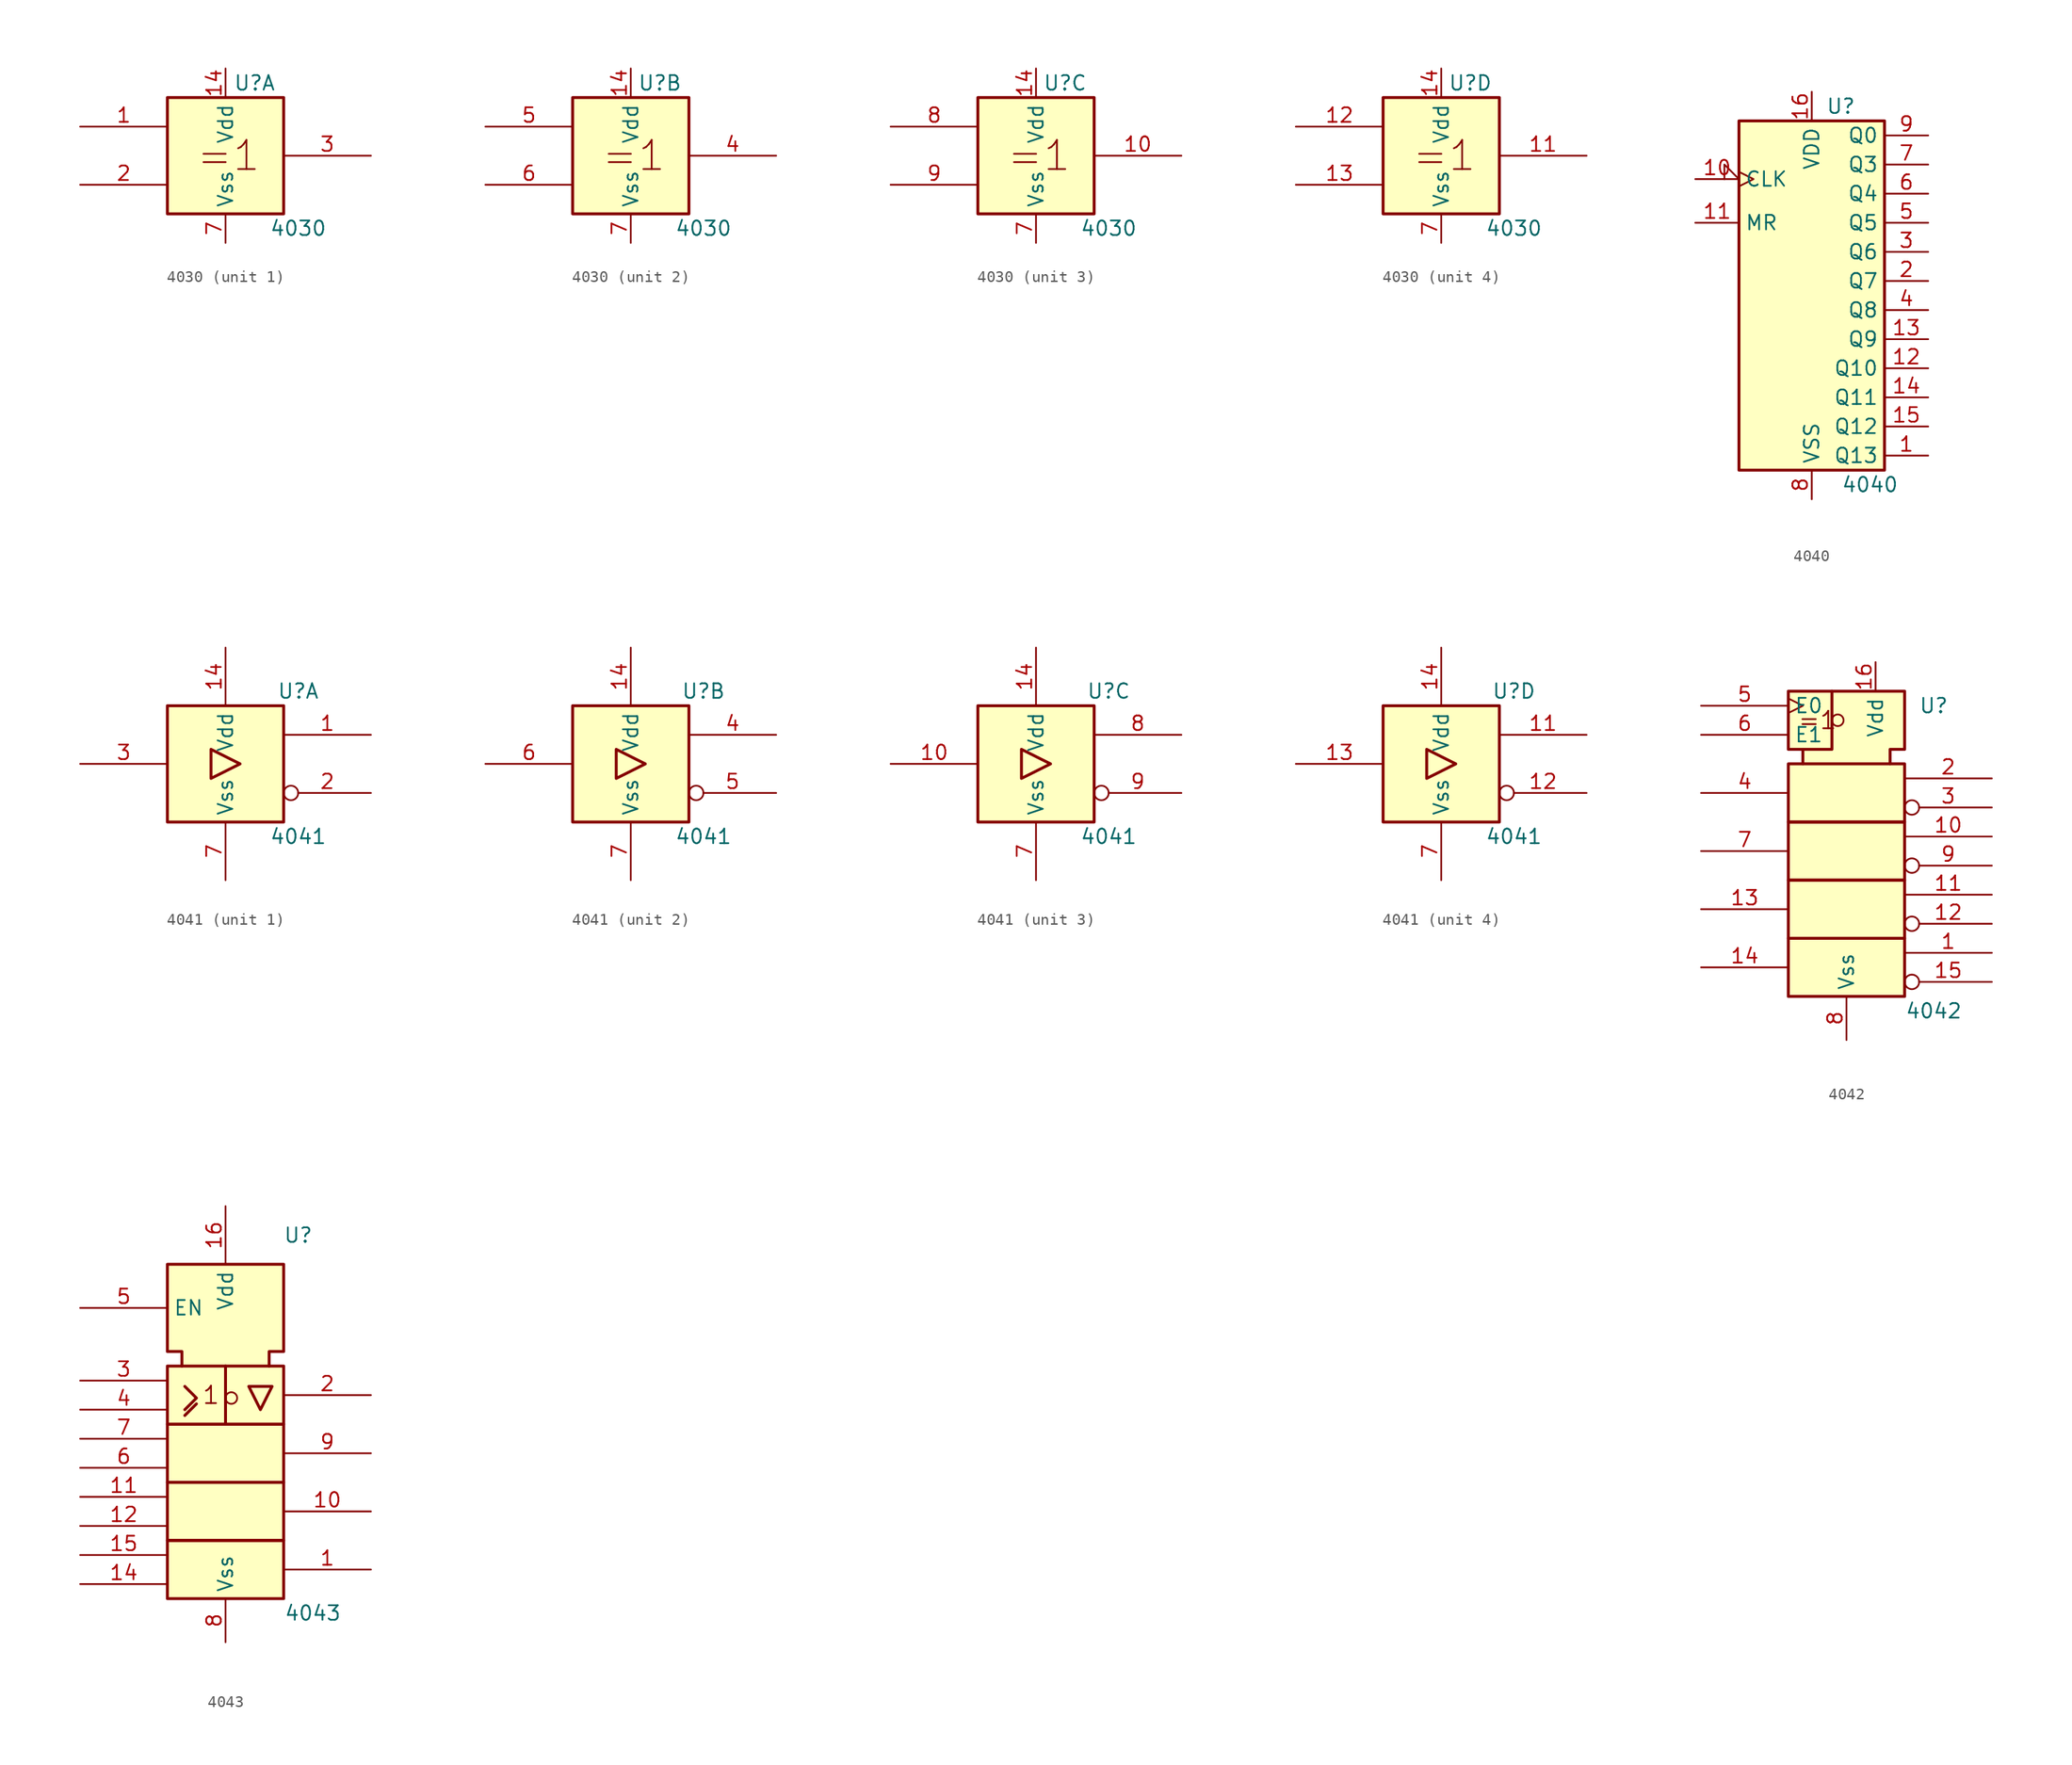
<source format=kicad_sym>
(kicad_symbol_lib
  (version 20241209)
  (generator "kicad_symbol_editor")
  (generator_version "9.0")
  (symbol "4030"
    (property "Reference" "U"
      (at 2.54 6.35 0)
      (effects (font (size 1.27 1.27))))
    (property "Value" "4030"
      (at 6.35 -6.35 0)
      (effects (font (size 1.27 1.27))))
    (symbol "4030_0_0"
      (rectangle (start -5.08 5.08) (end 5.08 -5.08) (stroke (width 0.254) (type default)) (fill (type background)))
      (text "=1" (at 0.254 0 0) (effects (font (size 2.54 2.54))))
      (pin power_in line (at 0 7.62 270) (length 2.54) (name "Vdd" (effects (font (size 1.27 1.27)))) (number "14" (effects (font (size 1.27 1.27)))))
      (pin power_in line (at 0 -7.62 90) (length 2.54) (name "Vss" (effects (font (size 1.27 1.27)))) (number "7" (effects (font (size 1.27 1.27))))))
    (symbol "4030_1_1"
      (pin input line (at -12.7 2.54 0) (length 7.62) (name "~" (effects (font (size 1.27 1.27)))) (number "1" (effects (font (size 1.27 1.27)))))
      (pin input line (at -12.7 -2.54 0) (length 7.62) (name "~" (effects (font (size 1.27 1.27)))) (number "2" (effects (font (size 1.27 1.27)))))
      (pin output line (at 12.7 0 180) (length 7.62) (name "~" (effects (font (size 1.27 1.27)))) (number "3" (effects (font (size 1.27 1.27))))))
    (symbol "4030_2_1"
      (pin input line (at -12.7 2.54 0) (length 7.62) (name "~" (effects (font (size 1.27 1.27)))) (number "5" (effects (font (size 1.27 1.27)))))
      (pin input line (at -12.7 -2.54 0) (length 7.62) (name "~" (effects (font (size 1.27 1.27)))) (number "6" (effects (font (size 1.27 1.27)))))
      (pin output line (at 12.7 0 180) (length 7.62) (name "~" (effects (font (size 1.27 1.27)))) (number "4" (effects (font (size 1.27 1.27))))))
    (symbol "4030_3_1"
      (pin input line (at -12.7 2.54 0) (length 7.62) (name "~" (effects (font (size 1.27 1.27)))) (number "8" (effects (font (size 1.27 1.27)))))
      (pin input line (at -12.7 -2.54 0) (length 7.62) (name "~" (effects (font (size 1.27 1.27)))) (number "9" (effects (font (size 1.27 1.27)))))
      (pin output line (at 12.7 0 180) (length 7.62) (name "~" (effects (font (size 1.27 1.27)))) (number "10" (effects (font (size 1.27 1.27))))))
    (symbol "4030_4_1"
      (pin input line (at -12.7 2.54 0) (length 7.62) (name "~" (effects (font (size 1.27 1.27)))) (number "12" (effects (font (size 1.27 1.27)))))
      (pin input line (at -12.7 -2.54 0) (length 7.62) (name "~" (effects (font (size 1.27 1.27)))) (number "13" (effects (font (size 1.27 1.27)))))
      (pin output line (at 12.7 0 180) (length 7.62) (name "~" (effects (font (size 1.27 1.27)))) (number "11" (effects (font (size 1.27 1.27)))))))
  (symbol "4040"
    (property "Reference" "U"
      (at 2.54 16.51 0)
      (effects (font (size 1.27 1.27))))
    (property "Value" "4040"
      (at 5.08 -16.51 0)
      (effects (font (size 1.27 1.27))))
    (symbol "4040_0_0"
      (rectangle (start -6.35 15.24) (end 6.35 -15.24) (stroke (width 0.254) (type default)) (fill (type background)))
      (pin power_in line (at 0 17.78 270) (length 2.54) (name "VDD" (effects (font (size 1.27 1.27)))) (number "16" (effects (font (size 1.27 1.27)))))
      (pin power_in line (at 0 -17.78 90) (length 2.54) (name "VSS" (effects (font (size 1.27 1.27)))) (number "8" (effects (font (size 1.27 1.27))))))
    (symbol "4040_1_1"
      (pin input clock_low (at -10.16 10.16 0) (length 3.81) (name "CLK" (effects (font (size 1.27 1.27)))) (number "10" (effects (font (size 1.27 1.27)))))
      (pin input line (at -10.16 6.35 0) (length 3.81) (name "MR" (effects (font (size 1.27 1.27)))) (number "11" (effects (font (size 1.27 1.27)))))
      (pin output line (at 10.16 13.97 180) (length 3.81) (name "Q0" (effects (font (size 1.27 1.27)))) (number "9" (effects (font (size 1.27 1.27)))))
      (pin output line (at 10.16 11.43 180) (length 3.81) (name "Q3" (effects (font (size 1.27 1.27)))) (number "7" (effects (font (size 1.27 1.27)))))
      (pin output line (at 10.16 8.89 180) (length 3.81) (name "Q4" (effects (font (size 1.27 1.27)))) (number "6" (effects (font (size 1.27 1.27)))))
      (pin output line (at 10.16 6.35 180) (length 3.81) (name "Q5" (effects (font (size 1.27 1.27)))) (number "5" (effects (font (size 1.27 1.27)))))
      (pin output line (at 10.16 3.81 180) (length 3.81) (name "Q6" (effects (font (size 1.27 1.27)))) (number "3" (effects (font (size 1.27 1.27)))))
      (pin output line (at 10.16 1.27 180) (length 3.81) (name "Q7" (effects (font (size 1.27 1.27)))) (number "2" (effects (font (size 1.27 1.27)))))
      (pin output line (at 10.16 -1.27 180) (length 3.81) (name "Q8" (effects (font (size 1.27 1.27)))) (number "4" (effects (font (size 1.27 1.27)))))
      (pin output line (at 10.16 -3.81 180) (length 3.81) (name "Q9" (effects (font (size 1.27 1.27)))) (number "13" (effects (font (size 1.27 1.27)))))
      (pin output line (at 10.16 -6.35 180) (length 3.81) (name "Q10" (effects (font (size 1.27 1.27)))) (number "12" (effects (font (size 1.27 1.27)))))
      (pin output line (at 10.16 -8.89 180) (length 3.81) (name "Q11" (effects (font (size 1.27 1.27)))) (number "14" (effects (font (size 1.27 1.27)))))
      (pin output line (at 10.16 -11.43 180) (length 3.81) (name "Q12" (effects (font (size 1.27 1.27)))) (number "15" (effects (font (size 1.27 1.27)))))
      (pin output line (at 10.16 -13.97 180) (length 3.81) (name "Q13" (effects (font (size 1.27 1.27)))) (number "1" (effects (font (size 1.27 1.27)))))))
  (symbol "4041"
    (property "Reference" "U"
      (at 6.35 6.35 0)
      (effects (font (size 1.27 1.27))))
    (property "Value" "4041"
      (at 6.35 -6.35 0)
      (effects (font (size 1.27 1.27))))
    (symbol "4041_0_0"
      (rectangle (start -5.08 5.08) (end 5.08 -5.08) (stroke (width 0.254) (type default)) (fill (type background)))
      (polyline (pts (xy -1.27 1.27) (xy -1.27 -1.27) (xy 1.27 0) (xy -1.27 1.27) (xy -1.27 1.27)) (stroke (width 0.254) (type default)) (fill (type background))))
    (symbol "4041_0_1"
      (pin power_in line (at 0 10.16 270) (length 5.08) (name "Vdd" (effects (font (size 1.27 1.27)))) (number "14" (effects (font (size 1.27 1.27)))))
      (pin power_in line (at 0 -10.16 90) (length 5.08) (name "Vss" (effects (font (size 1.27 1.27)))) (number "7" (effects (font (size 1.27 1.27))))))
    (symbol "4041_1_1"
      (pin output line (at -12.7 0 0) (length 7.62) (name "~" (effects (font (size 1.27 1.27)))) (number "3" (effects (font (size 1.27 1.27)))))
      (pin output line (at 12.7 2.54 180) (length 7.62) (name "~" (effects (font (size 1.27 1.27)))) (number "1" (effects (font (size 1.27 1.27)))))
      (pin output inverted (at 12.7 -2.54 180) (length 7.62) (name "~" (effects (font (size 1.27 1.27)))) (number "2" (effects (font (size 1.27 1.27))))))
    (symbol "4041_2_1"
      (pin output line (at -12.7 0 0) (length 7.62) (name "~" (effects (font (size 1.27 1.27)))) (number "6" (effects (font (size 1.27 1.27)))))
      (pin output line (at 12.7 2.54 180) (length 7.62) (name "~" (effects (font (size 1.27 1.27)))) (number "4" (effects (font (size 1.27 1.27)))))
      (pin output inverted (at 12.7 -2.54 180) (length 7.62) (name "~" (effects (font (size 1.27 1.27)))) (number "5" (effects (font (size 1.27 1.27))))))
    (symbol "4041_3_1"
      (pin output line (at -12.7 0 0) (length 7.62) (name "~" (effects (font (size 1.27 1.27)))) (number "10" (effects (font (size 1.27 1.27)))))
      (pin output line (at 12.7 2.54 180) (length 7.62) (name "~" (effects (font (size 1.27 1.27)))) (number "8" (effects (font (size 1.27 1.27)))))
      (pin output inverted (at 12.7 -2.54 180) (length 7.62) (name "~" (effects (font (size 1.27 1.27)))) (number "9" (effects (font (size 1.27 1.27))))))
    (symbol "4041_4_1"
      (pin output line (at -12.7 0 0) (length 7.62) (name "~" (effects (font (size 1.27 1.27)))) (number "13" (effects (font (size 1.27 1.27)))))
      (pin output line (at 12.7 2.54 180) (length 7.62) (name "~" (effects (font (size 1.27 1.27)))) (number "11" (effects (font (size 1.27 1.27)))))
      (pin output inverted (at 12.7 -2.54 180) (length 7.62) (name "~" (effects (font (size 1.27 1.27)))) (number "12" (effects (font (size 1.27 1.27)))))))
  (symbol "4042"
    (property "Reference" "U"
      (at 7.62 11.43 0)
      (effects (font (size 1.27 1.27))))
    (property "Value" "4042"
      (at 7.62 -15.24 0)
      (effects (font (size 1.27 1.27))))
    (symbol "4042_0_0"
      (polyline (pts (xy -1.27 12.7) (xy -1.27 7.62) (xy -3.81 7.62) (xy -3.81 7.62)) (stroke (width 0.254) (type default)) (fill (type background)))
      (circle (center -0.762 10.16) (radius 0.508) (stroke (width 0) (type default)) (fill (type none)))
      (text "=1" (at -2.54 10.16 0) (effects (font (size 1.524 1.524)))))
    (symbol "4042_0_1"
      (rectangle (start -5.08 1.27) (end 5.08 -3.81) (stroke (width 0.254) (type default)) (fill (type background)))
      (rectangle (start -5.08 -8.89) (end 5.08 -13.97) (stroke (width 0.254) (type default)) (fill (type background)))
      (polyline (pts (xy -3.81 6.35) (xy -3.81 7.62) (xy -5.08 7.62) (xy -5.08 12.7) (xy 5.08 12.7) (xy 5.08 7.62) (xy 3.81 7.62) (xy 3.81 6.35) (xy 3.81 6.35)) (stroke (width 0.254) (type default)) (fill (type background)))
      (rectangle (start 5.08 6.35) (end -5.08 1.27) (stroke (width 0.254) (type default)) (fill (type background)))
      (rectangle (start 5.08 -3.81) (end -5.08 -8.89) (stroke (width 0.254) (type default)) (fill (type background))))
    (symbol "4042_1_0"
      (pin input clock (at -12.7 11.43 0) (length 7.62) (name "E0" (effects (font (size 1.27 1.27)))) (number "5" (effects (font (size 1.27 1.27)))))
      (pin input line (at -12.7 8.89 0) (length 7.62) (name "E1" (effects (font (size 1.27 1.27)))) (number "6" (effects (font (size 1.27 1.27)))))
      (pin input line (at -12.7 3.81 0) (length 7.62) (name "~" (effects (font (size 1.27 1.27)))) (number "4" (effects (font (size 1.27 1.27)))))
      (pin input line (at -12.7 -1.27 0) (length 7.62) (name "~" (effects (font (size 1.27 1.27)))) (number "7" (effects (font (size 1.27 1.27)))))
      (pin input line (at -12.7 -6.35 0) (length 7.62) (name "~" (effects (font (size 1.27 1.27)))) (number "13" (effects (font (size 1.27 1.27)))))
      (pin input line (at -12.7 -11.43 0) (length 7.62) (name "~" (effects (font (size 1.27 1.27)))) (number "14" (effects (font (size 1.27 1.27)))))
      (pin power_in line (at 0 -17.78 90) (length 3.81) (name "Vss" (effects (font (size 1.27 1.27)))) (number "8" (effects (font (size 1.27 1.27)))))
      (pin power_in line (at 2.54 15.24 270) (length 2.54) (name "Vdd" (effects (font (size 1.27 1.27)))) (number "16" (effects (font (size 1.27 1.27)))))
      (pin output line (at 12.7 5.08 180) (length 7.62) (name "~" (effects (font (size 1.27 1.27)))) (number "2" (effects (font (size 1.27 1.27)))))
      (pin output inverted (at 12.7 2.54 180) (length 7.62) (name "~" (effects (font (size 1.27 1.27)))) (number "3" (effects (font (size 1.27 1.27)))))
      (pin output line (at 12.7 0 180) (length 7.62) (name "~" (effects (font (size 1.27 1.27)))) (number "10" (effects (font (size 1.27 1.27)))))
      (pin output inverted (at 12.7 -2.54 180) (length 7.62) (name "~" (effects (font (size 1.27 1.27)))) (number "9" (effects (font (size 1.27 1.27)))))
      (pin output line (at 12.7 -5.08 180) (length 7.62) (name "~" (effects (font (size 1.27 1.27)))) (number "11" (effects (font (size 1.27 1.27)))))
      (pin output inverted (at 12.7 -7.62 180) (length 7.62) (name "~" (effects (font (size 1.27 1.27)))) (number "12" (effects (font (size 1.27 1.27)))))
      (pin output line (at 12.7 -10.16 180) (length 7.62) (name "~" (effects (font (size 1.27 1.27)))) (number "1" (effects (font (size 1.27 1.27)))))
      (pin output inverted (at 12.7 -12.7 180) (length 7.62) (name "~" (effects (font (size 1.27 1.27)))) (number "15" (effects (font (size 1.27 1.27)))))))
  (symbol "4043"
    (property "Reference" "U"
      (at 6.35 12.7 0)
      (effects (font (size 1.27 1.27))))
    (property "Value" "4043"
      (at 7.62 -20.32 0)
      (effects (font (size 1.27 1.27))))
    (symbol "4043_0_0"
      (rectangle (start -5.08 1.27) (end 5.08 -3.81) (stroke (width 0.254) (type default)) (fill (type background)))
      (rectangle (start -5.08 -3.81) (end 5.08 -8.89) (stroke (width 0.254) (type default)) (fill (type background)))
      (rectangle (start -5.08 -8.89) (end 5.08 -13.97) (stroke (width 0.254) (type default)) (fill (type background)))
      (rectangle (start -5.08 -13.97) (end 5.08 -19.05) (stroke (width 0.254) (type default)) (fill (type background)))
      (polyline (pts (xy -3.81 1.27) (xy -3.81 2.54) (xy -5.08 2.54) (xy -5.08 10.16) (xy 5.08 10.16) (xy 5.08 2.54) (xy 3.81 2.54) (xy 3.81 1.27) (xy 3.81 1.27)) (stroke (width 0.254) (type default)) (fill (type background)))
      (polyline (pts (xy -3.556 -0.508) (xy -2.54 -1.524) (xy -3.556 -2.54) (xy -3.556 -2.54)) (stroke (width 0.254) (type default)) (fill (type background)))
      (polyline (pts (xy -3.556 -3.048) (xy -2.54 -2.032) (xy -2.54 -2.032)) (stroke (width 0.254) (type default)) (fill (type background)))
      (polyline (pts (xy 0 1.27) (xy 0 -3.81) (xy 0 -3.81)) (stroke (width 0.254) (type default)) (fill (type background)))
      (circle (center 0.508 -1.524) (radius 0.508) (stroke (width 0) (type default)) (fill (type none)))
      (polyline (pts (xy 2.032 -0.508) (xy 3.048 -2.54) (xy 4.064 -0.508) (xy 2.032 -0.508) (xy 2.032 -0.508)) (stroke (width 0.254) (type default)) (fill (type background)))
      (text "1" (at -1.27 -1.27 0) (effects (font (size 1.524 1.524)))))
    (symbol "4043_1_0"
      (pin input line (at -12.7 6.35 0) (length 7.62) (name "EN" (effects (font (size 1.27 1.27)))) (number "5" (effects (font (size 1.27 1.27)))))
      (pin input line (at -12.7 0 0) (length 7.62) (name "~" (effects (font (size 1.27 1.27)))) (number "3" (effects (font (size 1.27 1.27)))))
      (pin input line (at -12.7 -2.54 0) (length 7.62) (name "~" (effects (font (size 1.27 1.27)))) (number "4" (effects (font (size 1.27 1.27)))))
      (pin input line (at -12.7 -5.08 0) (length 7.62) (name "~" (effects (font (size 1.27 1.27)))) (number "7" (effects (font (size 1.27 1.27)))))
      (pin input line (at -12.7 -7.62 0) (length 7.62) (name "~" (effects (font (size 1.27 1.27)))) (number "6" (effects (font (size 1.27 1.27)))))
      (pin input line (at -12.7 -10.16 0) (length 7.62) (name "~" (effects (font (size 1.27 1.27)))) (number "11" (effects (font (size 1.27 1.27)))))
      (pin input line (at -12.7 -12.7 0) (length 7.62) (name "~" (effects (font (size 1.27 1.27)))) (number "12" (effects (font (size 1.27 1.27)))))
      (pin input line (at -12.7 -15.24 0) (length 7.62) (name "~" (effects (font (size 1.27 1.27)))) (number "15" (effects (font (size 1.27 1.27)))))
      (pin input line (at -12.7 -17.78 0) (length 7.62) (name "~" (effects (font (size 1.27 1.27)))) (number "14" (effects (font (size 1.27 1.27)))))
      (pin power_in line (at 0 15.24 270) (length 5.08) (name "Vdd" (effects (font (size 1.27 1.27)))) (number "16" (effects (font (size 1.27 1.27)))))
      (pin power_in line (at 0 -22.86 90) (length 3.81) (name "Vss" (effects (font (size 1.27 1.27)))) (number "8" (effects (font (size 1.27 1.27)))))
      (pin output line (at 12.7 -1.27 180) (length 7.62) (name "~" (effects (font (size 1.27 1.27)))) (number "2" (effects (font (size 1.27 1.27)))))
      (pin output line (at 12.7 -6.35 180) (length 7.62) (name "~" (effects (font (size 1.27 1.27)))) (number "9" (effects (font (size 1.27 1.27)))))
      (pin output line (at 12.7 -11.43 180) (length 7.62) (name "~" (effects (font (size 1.27 1.27)))) (number "10" (effects (font (size 1.27 1.27)))))
      (pin output line (at 12.7 -16.51 180) (length 7.62) (name "~" (effects (font (size 1.27 1.27)))) (number "1" (effects (font (size 1.27 1.27))))))))
</source>
